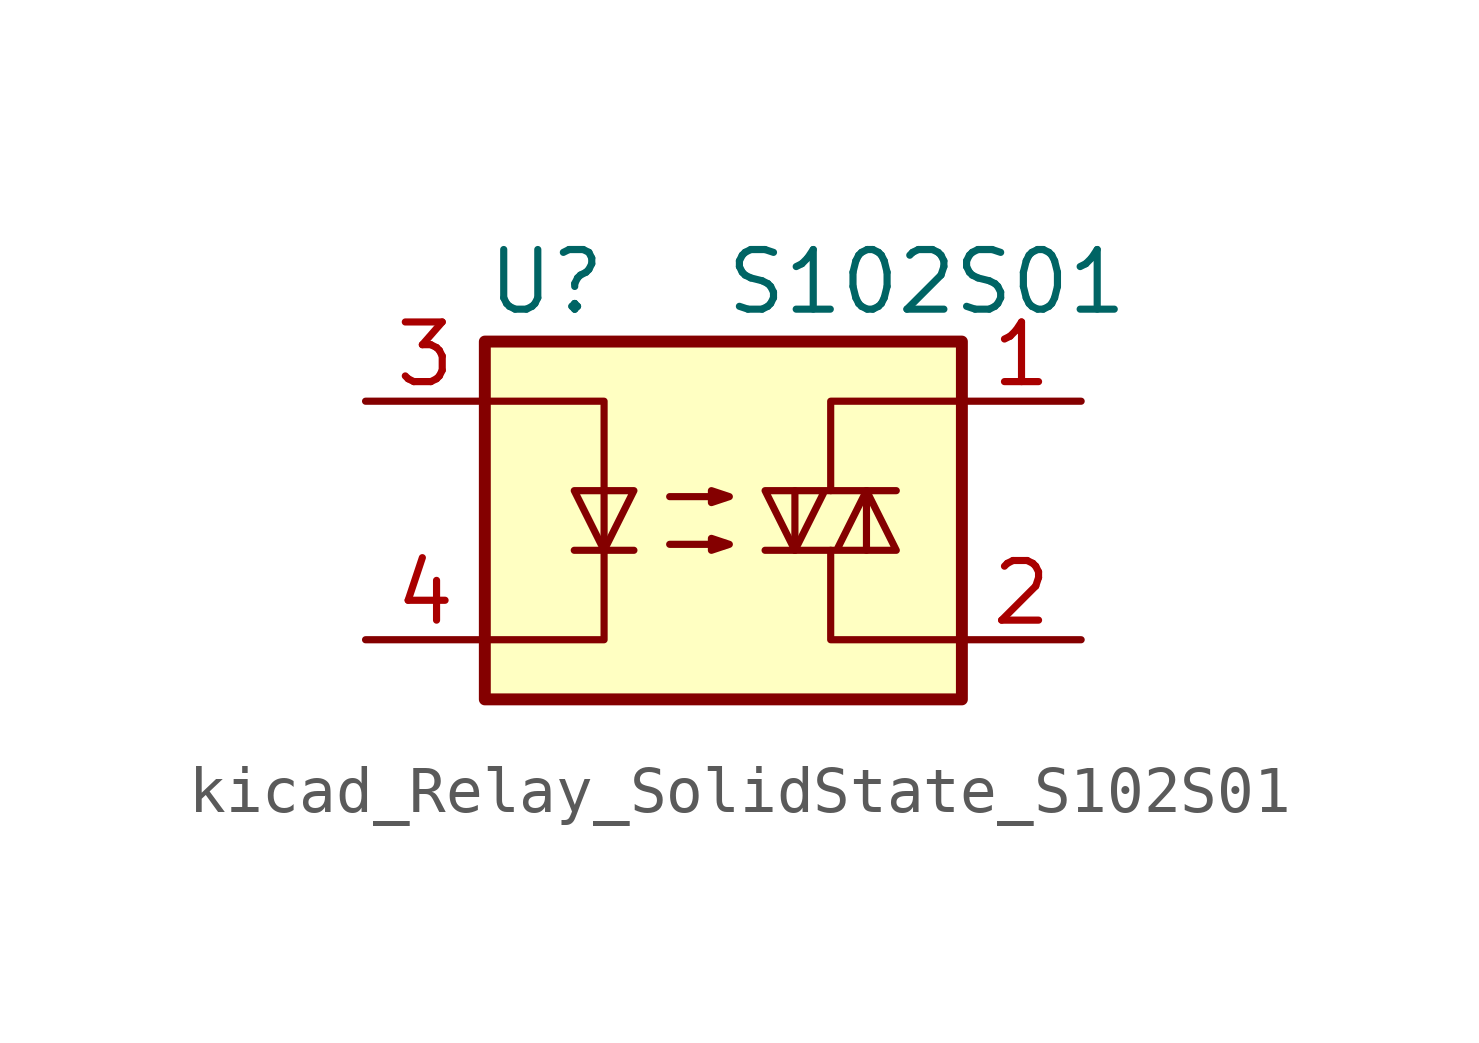
<source format=kicad_sym>
(kicad_symbol_lib
  (version 20220914)
  (generator kicad_symbol_editor)
  (symbol "kicad_Relay_SolidState_S102S01"
    (property "Reference" "U"
      (at -5.08 5.08 0)
      (effects (font (size 1.27 1.27)) (justify left)))
    (property "Value" "S102S01"
      (at 0 5.08 0)
      (effects (font (size 1.27 1.27)) (justify left)))
    (symbol "kicad_Relay_SolidState_S102S01_0_1"
      (rectangle (start -5.08 3.81) (end 5.08 -3.81) (stroke (width 0.254) (type default)) (fill (type background)))
      (polyline (pts (xy -3.175 -0.635) (xy -1.905 -0.635)) (stroke (width 0) (type default)) (fill (type none)))
      (polyline (pts (xy 1.524 -0.635) (xy 1.524 0.635)) (stroke (width 0) (type default)) (fill (type none)))
      (polyline (pts (xy 3.048 0.635) (xy 3.048 -0.635)) (stroke (width 0) (type default)) (fill (type none)))
      (polyline (pts (xy 2.286 -0.635) (xy 2.286 -2.54) (xy 5.08 -2.54)) (stroke (width 0) (type default)) (fill (type none)))
      (polyline (pts (xy 2.286 0.635) (xy 2.286 2.54) (xy 5.08 2.54)) (stroke (width 0) (type default)) (fill (type none)))
      (polyline (pts (xy -5.08 2.54) (xy -2.54 2.54) (xy -2.54 -2.54) (xy -5.08 -2.54)) (stroke (width 0) (type default)) (fill (type none)))
      (polyline (pts (xy -2.54 -0.635) (xy -3.175 0.635) (xy -1.905 0.635) (xy -2.54 -0.635)) (stroke (width 0) (type default)) (fill (type none)))
      (polyline (pts (xy 0.889 -0.635) (xy 3.683 -0.635) (xy 3.048 0.635) (xy 2.413 -0.635)) (stroke (width 0) (type default)) (fill (type none)))
      (polyline (pts (xy 3.683 0.635) (xy 0.889 0.635) (xy 1.524 -0.635) (xy 2.159 0.635)) (stroke (width 0) (type default)) (fill (type none)))
      (polyline (pts (xy -1.143 -0.508) (xy 0.127 -0.508) (xy -0.254 -0.635) (xy -0.254 -0.381) (xy 0.127 -0.508)) (stroke (width 0) (type default)) (fill (type none)))
      (polyline (pts (xy -1.143 0.508) (xy 0.127 0.508) (xy -0.254 0.381) (xy -0.254 0.635) (xy 0.127 0.508)) (stroke (width 0) (type default)) (fill (type none))))
    (symbol "kicad_Relay_SolidState_S102S01_1_1"
      (pin passive line (at 7.62 2.54 180) (length 2.54) (name "~" (effects (font (size 1.27 1.27)))) (number "1" (effects (font (size 1.27 1.27)))))
      (pin passive line (at 7.62 -2.54 180) (length 2.54) (name "~" (effects (font (size 1.27 1.27)))) (number "2" (effects (font (size 1.27 1.27)))))
      (pin passive line (at -7.62 2.54 0) (length 2.54) (name "~" (effects (font (size 1.27 1.27)))) (number "3" (effects (font (size 1.27 1.27)))))
      (pin passive line (at -7.62 -2.54 0) (length 2.54) (name "~" (effects (font (size 1.27 1.27)))) (number "4" (effects (font (size 1.27 1.27))))))))
</source>
